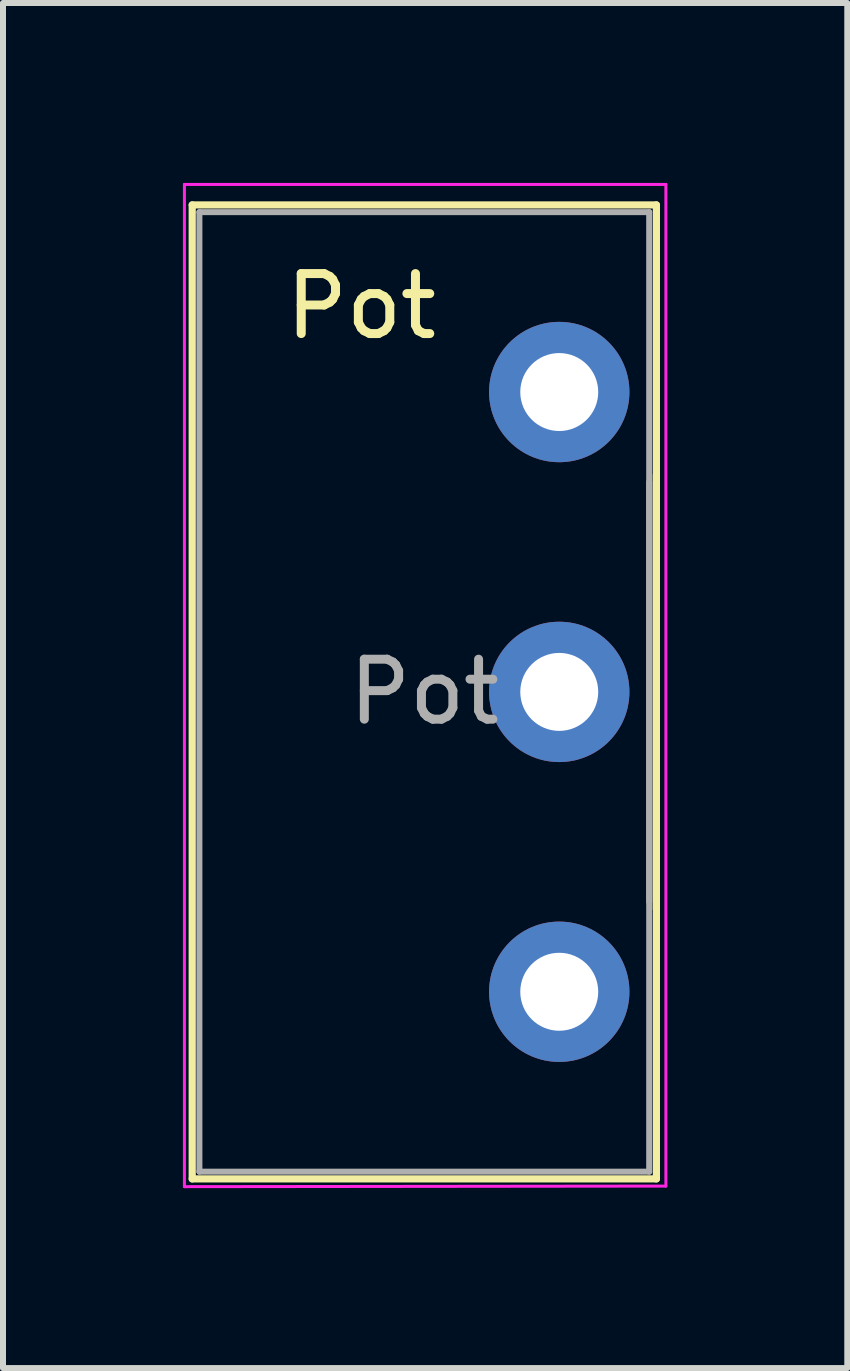
<source format=kicad_pcb>
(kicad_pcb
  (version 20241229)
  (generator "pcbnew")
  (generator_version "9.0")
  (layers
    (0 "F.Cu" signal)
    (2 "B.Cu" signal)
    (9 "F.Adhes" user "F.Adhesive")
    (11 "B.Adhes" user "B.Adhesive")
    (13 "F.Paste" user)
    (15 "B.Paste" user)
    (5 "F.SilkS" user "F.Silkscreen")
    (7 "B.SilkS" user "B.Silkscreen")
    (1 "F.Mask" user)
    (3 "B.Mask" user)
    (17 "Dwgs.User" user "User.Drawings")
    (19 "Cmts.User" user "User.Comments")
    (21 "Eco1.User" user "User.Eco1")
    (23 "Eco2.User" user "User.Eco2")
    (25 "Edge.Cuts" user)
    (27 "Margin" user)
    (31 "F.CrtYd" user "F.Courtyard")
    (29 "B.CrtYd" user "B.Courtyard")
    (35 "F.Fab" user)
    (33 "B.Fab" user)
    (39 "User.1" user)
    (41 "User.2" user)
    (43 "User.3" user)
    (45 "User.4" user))
  (footprint "Pot"
    (layer "F.Cu")
    (at 6.275 13.487)
    (property "Reference" "Pot" (at -3.302 -11.43 0) (layer "F.SilkS") (effects (font (size 1 1) (thickness 0.15))))
    (attr through_hole)
    (fp_line (start -6.12 -13.12) (end -6.12 3.12) (stroke (width 0.12) (type solid)) (layer "F.SilkS"))
    (fp_line (start -6.12 -13.12) (end 1.62 -13.12) (stroke (width 0.12) (type solid)) (layer "F.SilkS"))
    (fp_line (start -6.12 3.12) (end 1.62 3.12) (stroke (width 0.12) (type solid)) (layer "F.SilkS"))
    (fp_line (start 1.62 -13.12) (end 1.62 3.12) (stroke (width 0.12) (type solid)) (layer "F.SilkS"))
    (fp_line (start 1.62 -8.62) (end 1.62 -1.38) (stroke (width 0.12) (type solid)) (layer "F.SilkS"))
    (fp_line (start -6.25 -13.462) (end -6.25 3.25) (stroke (width 0.05) (type solid)) (layer "F.CrtYd"))
    (fp_line (start 1.778 -13.462) (end -6.25 -13.462) (stroke (width 0.05) (type solid)) (layer "F.CrtYd"))
    (fp_line (start 1.778 3.24) (end -6.25 3.25) (stroke (width 0.05) (type solid)) (layer "F.CrtYd"))
    (fp_line (start 1.778 3.24) (end 1.778 -13.462) (stroke (width 0.05) (type solid)) (layer "F.CrtYd"))
    (fp_line (start -6 -13) (end -6 3) (stroke (width 0.1) (type solid)) (layer "F.Fab"))
    (fp_line (start -6 3) (end 1.5 3) (stroke (width 0.1) (type solid)) (layer "F.Fab"))
    (fp_line (start 1.5 -13) (end -6 -13) (stroke (width 0.1) (type solid)) (layer "F.Fab"))
    (fp_line (start 1.5 -8.5) (end 1.5 -1.5) (stroke (width 0.1) (type solid)) (layer "F.Fab"))
    (fp_line (start 1.5 3) (end 1.5 -13) (stroke (width 0.1) (type solid)) (layer "F.Fab"))
    (fp_text user "${REFERENCE}" (at -2.25 -5 0) (layer "F.Fab") (effects (font (size 1 1) (thickness 0.15))))
    (pad "1" thru_hole circle (at 0 0) (size 2.34 2.34) (drill 1.3) (layers "*.Cu" "*.Mask"))
    (pad "2" thru_hole circle (at 0 -5) (size 2.34 2.34) (drill 1.3) (layers "*.Cu" "*.Mask"))
    (pad "3" thru_hole circle (at 0 -10) (size 2.34 2.34) (drill 1.3) (layers "*.Cu" "*.Mask")))
  (gr_rect
    (start -3 -3)
    (end 11.078 19.762)
    (stroke (width 0.1) (type default))
    (fill no)
    (layer "Edge.Cuts")))
</source>
